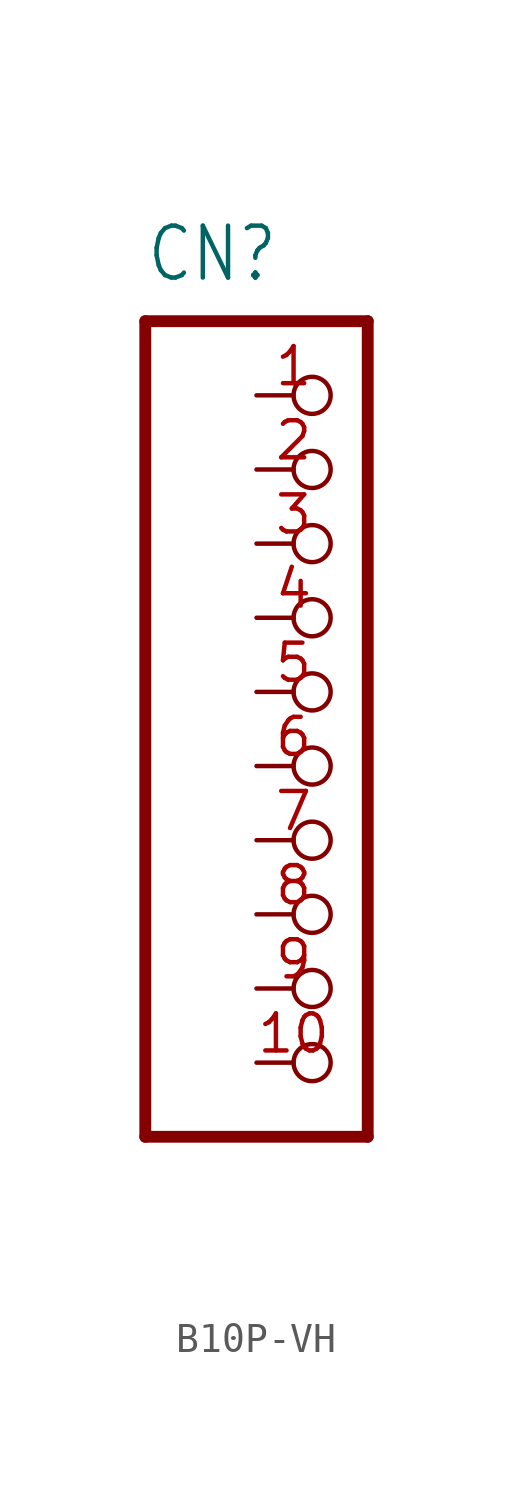
<source format=kicad_sym>
(kicad_symbol_lib
  (version 20231120)
  (generator "kicad_symbol_editor")
  (generator_version "8.0")
  (symbol "B10P-VH"
    (property "Reference" "CN"
      (at -3.81 13.97 0)
      (effects (font (size 1.778 1.511)) (justify left bottom)))
    (property "Value" ""
      (at -3.81 -17.78 0)
      (effects (font (size 1.778 1.511)) (justify left bottom)))
    (property "ki_locked" ""
      (at 0 0 0)
      (effects (font (size 1.27 1.27))))
    (symbol "B10P-VH_1_0"
      (polyline (pts (xy -3.81 -15.24) (xy 3.81 -15.24)) (stroke (width 0.406) (type solid)) (fill (type none)))
      (polyline (pts (xy -3.81 12.7) (xy -3.81 -15.24)) (stroke (width 0.406) (type solid)) (fill (type none)))
      (polyline (pts (xy 3.81 -15.24) (xy 3.81 12.7)) (stroke (width 0.406) (type solid)) (fill (type none)))
      (polyline (pts (xy 3.81 12.7) (xy -3.81 12.7)) (stroke (width 0.406) (type solid)) (fill (type none)))
      (pin passive inverted (at 0 10.16 0) (length 2.54) (name "1" (effects (font (size 0 0)))) (number "1" (effects (font (size 1.27 1.27)))))
      (pin passive inverted (at 0 -12.7 0) (length 2.54) (name "10" (effects (font (size 0 0)))) (number "10" (effects (font (size 1.27 1.27)))))
      (pin passive inverted (at 0 7.62 0) (length 2.54) (name "2" (effects (font (size 0 0)))) (number "2" (effects (font (size 1.27 1.27)))))
      (pin passive inverted (at 0 5.08 0) (length 2.54) (name "3" (effects (font (size 0 0)))) (number "3" (effects (font (size 1.27 1.27)))))
      (pin passive inverted (at 0 2.54 0) (length 2.54) (name "4" (effects (font (size 0 0)))) (number "4" (effects (font (size 1.27 1.27)))))
      (pin passive inverted (at 0 0 0) (length 2.54) (name "5" (effects (font (size 0 0)))) (number "5" (effects (font (size 1.27 1.27)))))
      (pin passive inverted (at 0 -2.54 0) (length 2.54) (name "6" (effects (font (size 0 0)))) (number "6" (effects (font (size 1.27 1.27)))))
      (pin passive inverted (at 0 -5.08 0) (length 2.54) (name "7" (effects (font (size 0 0)))) (number "7" (effects (font (size 1.27 1.27)))))
      (pin passive inverted (at 0 -7.62 0) (length 2.54) (name "8" (effects (font (size 0 0)))) (number "8" (effects (font (size 1.27 1.27)))))
      (pin passive inverted (at 0 -10.16 0) (length 2.54) (name "9" (effects (font (size 0 0)))) (number "9" (effects (font (size 1.27 1.27))))))))
</source>
